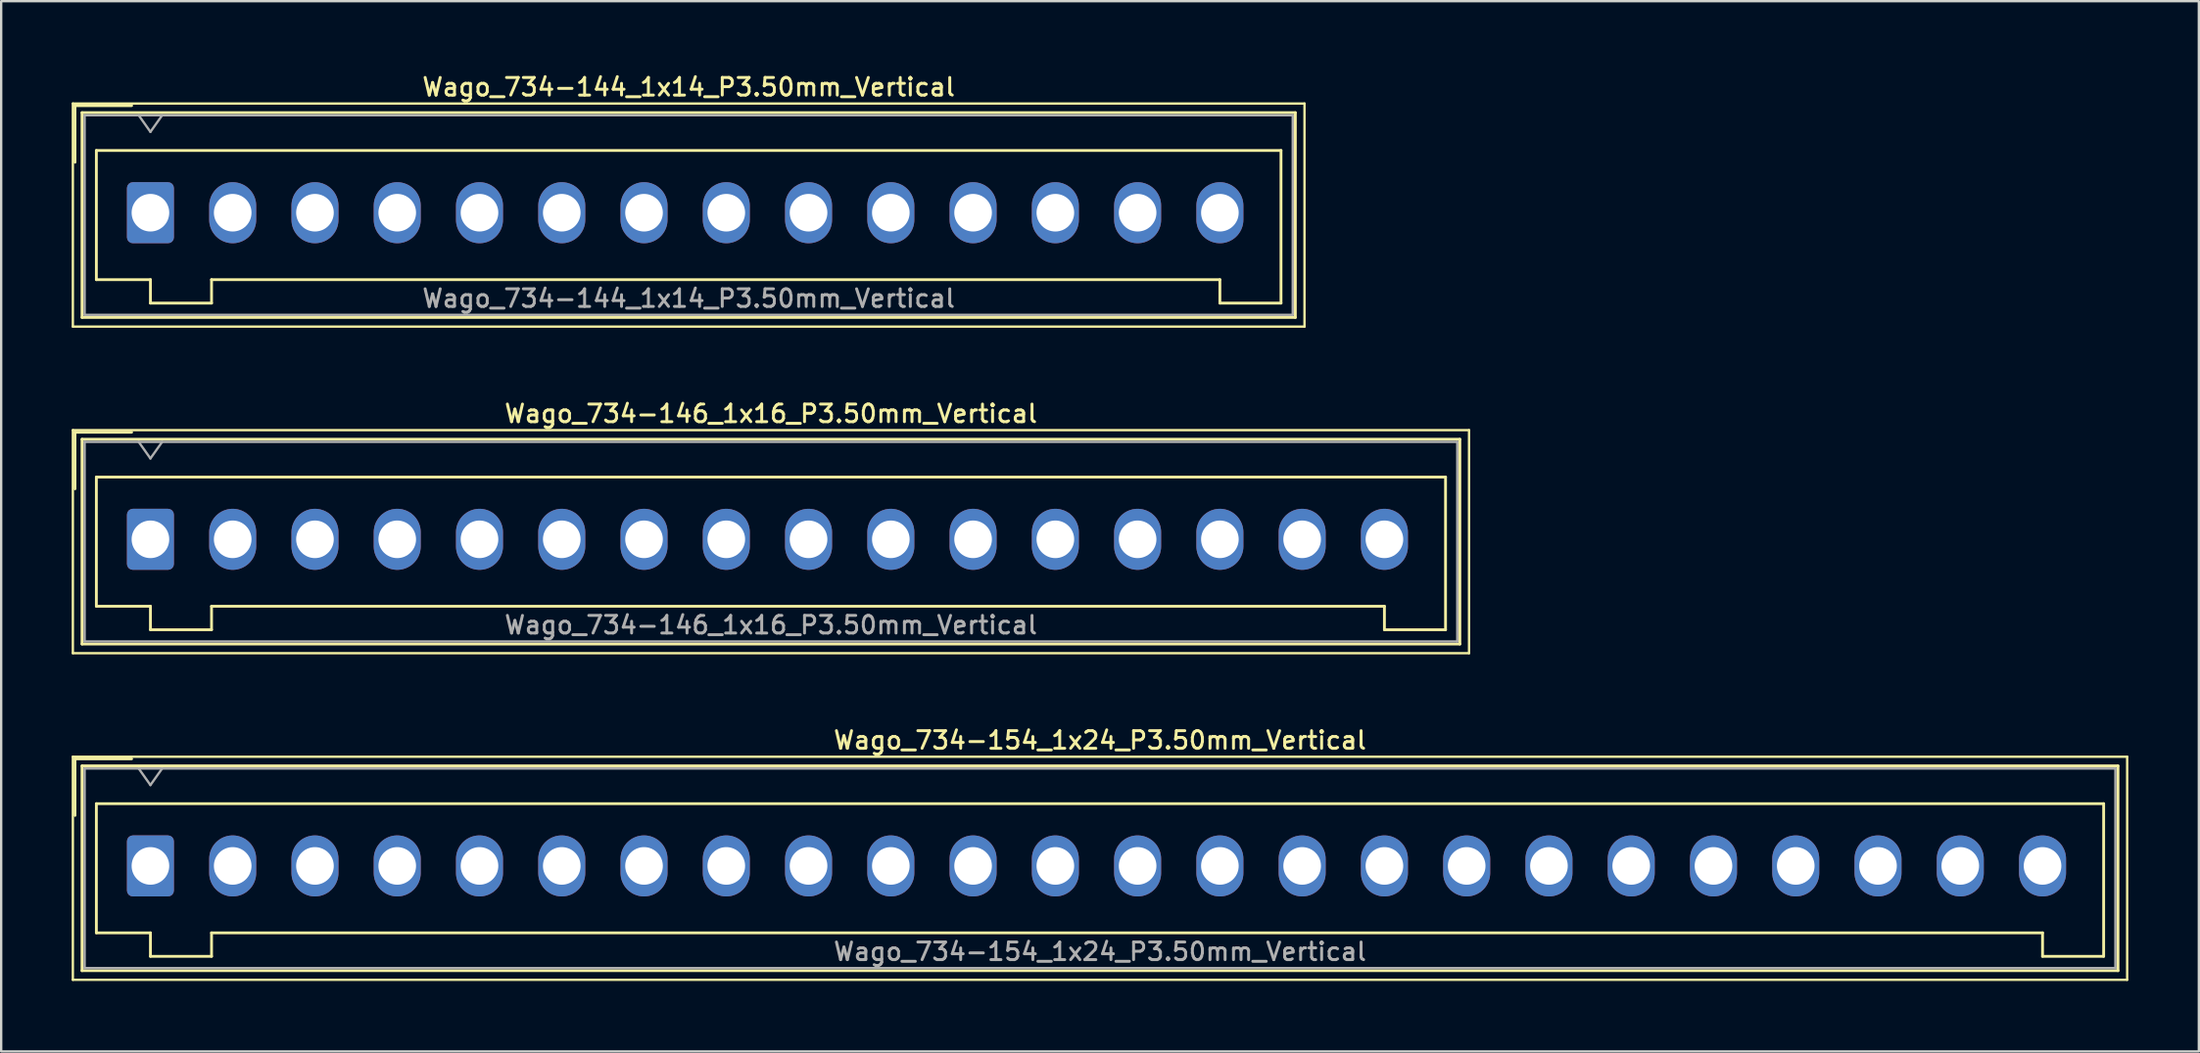
<source format=kicad_pcb>
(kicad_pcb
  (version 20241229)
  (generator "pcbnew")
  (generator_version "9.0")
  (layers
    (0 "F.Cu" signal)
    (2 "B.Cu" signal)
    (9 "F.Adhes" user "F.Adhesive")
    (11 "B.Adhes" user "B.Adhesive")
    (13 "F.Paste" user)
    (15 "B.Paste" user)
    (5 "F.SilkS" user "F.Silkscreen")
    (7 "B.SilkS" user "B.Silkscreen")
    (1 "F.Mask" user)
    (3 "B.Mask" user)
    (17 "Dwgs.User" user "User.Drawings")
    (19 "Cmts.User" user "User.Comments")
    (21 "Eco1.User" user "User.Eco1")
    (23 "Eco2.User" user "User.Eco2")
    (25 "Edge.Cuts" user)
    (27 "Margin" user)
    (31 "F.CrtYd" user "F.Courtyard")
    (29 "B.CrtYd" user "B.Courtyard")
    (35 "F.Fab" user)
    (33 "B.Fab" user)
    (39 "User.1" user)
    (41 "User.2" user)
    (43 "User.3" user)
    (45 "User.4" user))
  (footprint "Wago_734-146_1x16_P3.50mm_Vertical"
    (layer "F.Cu")
    (at 3.35 19.916)
    (property "Reference" "Wago_734-146_1x16_P3.50mm_Vertical" (at 26.4 -5.35 0) (layer "F.SilkS") (effects (font (size 0.75 0.75) (thickness 0.125))))
    (attr through_hole)
    (fp_line (start -3.3 -4.65) (end -3.3 4.85) (stroke (width 0.1) (type solid)) (layer "F.SilkS"))
    (fp_line (start -3.3 4.85) (end 56.1 4.85) (stroke (width 0.1) (type solid)) (layer "F.SilkS"))
    (fp_line (start -3.21 -4.56) (end -0.8 -4.56) (stroke (width 0.12) (type solid)) (layer "F.SilkS"))
    (fp_line (start -3.21 -2.15) (end -3.21 -4.56) (stroke (width 0.12) (type solid)) (layer "F.SilkS"))
    (fp_line (start -2.91 -4.26) (end -2.91 4.46) (stroke (width 0.12) (type solid)) (layer "F.SilkS"))
    (fp_line (start -2.91 4.46) (end 55.71 4.46) (stroke (width 0.12) (type solid)) (layer "F.SilkS"))
    (fp_line (start -2.3 -2.65) (end -2.3 2.85) (stroke (width 0.12) (type solid)) (layer "F.SilkS"))
    (fp_line (start -2.3 2.85) (end 0 2.85) (stroke (width 0.12) (type solid)) (layer "F.SilkS"))
    (fp_line (start 0 2.85) (end 0 3.85) (stroke (width 0.12) (type solid)) (layer "F.SilkS"))
    (fp_line (start 0 3.85) (end 2.6 3.85) (stroke (width 0.12) (type solid)) (layer "F.SilkS"))
    (fp_line (start 2.6 2.85) (end 52.5 2.85) (stroke (width 0.12) (type solid)) (layer "F.SilkS"))
    (fp_line (start 2.6 3.85) (end 2.6 2.85) (stroke (width 0.12) (type solid)) (layer "F.SilkS"))
    (fp_line (start 52.5 2.85) (end 52.5 3.85) (stroke (width 0.12) (type solid)) (layer "F.SilkS"))
    (fp_line (start 52.5 3.85) (end 55.1 3.85) (stroke (width 0.12) (type solid)) (layer "F.SilkS"))
    (fp_line (start 55.1 -2.65) (end -2.3 -2.65) (stroke (width 0.12) (type solid)) (layer "F.SilkS"))
    (fp_line (start 55.1 3.85) (end 55.1 -2.65) (stroke (width 0.12) (type solid)) (layer "F.SilkS"))
    (fp_line (start 55.71 -4.26) (end -2.91 -4.26) (stroke (width 0.12) (type solid)) (layer "F.SilkS"))
    (fp_line (start 55.71 4.46) (end 55.71 -4.26) (stroke (width 0.12) (type solid)) (layer "F.SilkS"))
    (fp_line (start 56.1 -4.65) (end -3.3 -4.65) (stroke (width 0.1) (type solid)) (layer "F.SilkS"))
    (fp_line (start 56.1 4.85) (end 56.1 -4.65) (stroke (width 0.1) (type solid)) (layer "F.SilkS"))
    (fp_line (start -2.8 -4.15) (end -2.8 4.35) (stroke (width 0.1) (type solid)) (layer "F.Fab"))
    (fp_line (start -2.8 4.35) (end 55.6 4.35) (stroke (width 0.1) (type solid)) (layer "F.Fab"))
    (fp_line (start -0.5 -4.15) (end 0 -3.443) (stroke (width 0.1) (type solid)) (layer "F.Fab"))
    (fp_line (start 0 -3.443) (end 0.5 -4.15) (stroke (width 0.1) (type solid)) (layer "F.Fab"))
    (fp_line (start 55.6 -4.15) (end -2.8 -4.15) (stroke (width 0.1) (type solid)) (layer "F.Fab"))
    (fp_line (start 55.6 4.35) (end 55.6 -4.15) (stroke (width 0.1) (type solid)) (layer "F.Fab"))
    (fp_text user "${REFERENCE}" (at 26.4 3.65 0) (layer "F.Fab") (effects (font (size 0.75 0.75) (thickness 0.125))))
    (pad "1" thru_hole roundrect (at 0 0) (size 2 2.6) (drill 1.6) (layers "*.Cu" "*.Mask") (roundrect_rratio 0.125))
    (pad "2" thru_hole oval (at 3.5 0) (size 2 2.6) (drill 1.6) (layers "*.Cu" "*.Mask"))
    (pad "3" thru_hole oval (at 7 0) (size 2 2.6) (drill 1.6) (layers "*.Cu" "*.Mask"))
    (pad "4" thru_hole oval (at 10.5 0) (size 2 2.6) (drill 1.6) (layers "*.Cu" "*.Mask"))
    (pad "5" thru_hole oval (at 14 0) (size 2 2.6) (drill 1.6) (layers "*.Cu" "*.Mask"))
    (pad "6" thru_hole oval (at 17.5 0) (size 2 2.6) (drill 1.6) (layers "*.Cu" "*.Mask"))
    (pad "7" thru_hole oval (at 21 0) (size 2 2.6) (drill 1.6) (layers "*.Cu" "*.Mask"))
    (pad "8" thru_hole oval (at 24.5 0) (size 2 2.6) (drill 1.6) (layers "*.Cu" "*.Mask"))
    (pad "9" thru_hole oval (at 28 0) (size 2 2.6) (drill 1.6) (layers "*.Cu" "*.Mask"))
    (pad "10" thru_hole oval (at 31.5 0) (size 2 2.6) (drill 1.6) (layers "*.Cu" "*.Mask"))
    (pad "11" thru_hole oval (at 35 0) (size 2 2.6) (drill 1.6) (layers "*.Cu" "*.Mask"))
    (pad "12" thru_hole oval (at 38.5 0) (size 2 2.6) (drill 1.6) (layers "*.Cu" "*.Mask"))
    (pad "13" thru_hole oval (at 42 0) (size 2 2.6) (drill 1.6) (layers "*.Cu" "*.Mask"))
    (pad "14" thru_hole oval (at 45.5 0) (size 2 2.6) (drill 1.6) (layers "*.Cu" "*.Mask"))
    (pad "15" thru_hole oval (at 49 0) (size 2 2.6) (drill 1.6) (layers "*.Cu" "*.Mask"))
    (pad "16" thru_hole oval (at 52.5 0) (size 2 2.6) (drill 1.6) (layers "*.Cu" "*.Mask")))
  (footprint "Wago_734-144_1x14_P3.50mm_Vertical"
    (layer "F.Cu")
    (at 3.35 6.008)
    (property "Reference" "Wago_734-144_1x14_P3.50mm_Vertical" (at 22.9 -5.35 0) (layer "F.SilkS") (effects (font (size 0.75 0.75) (thickness 0.125))))
    (attr through_hole)
    (fp_line (start -3.3 -4.65) (end -3.3 4.85) (stroke (width 0.1) (type solid)) (layer "F.SilkS"))
    (fp_line (start -3.3 4.85) (end 49.1 4.85) (stroke (width 0.1) (type solid)) (layer "F.SilkS"))
    (fp_line (start -3.21 -4.56) (end -0.8 -4.56) (stroke (width 0.12) (type solid)) (layer "F.SilkS"))
    (fp_line (start -3.21 -2.15) (end -3.21 -4.56) (stroke (width 0.12) (type solid)) (layer "F.SilkS"))
    (fp_line (start -2.91 -4.26) (end -2.91 4.46) (stroke (width 0.12) (type solid)) (layer "F.SilkS"))
    (fp_line (start -2.91 4.46) (end 48.71 4.46) (stroke (width 0.12) (type solid)) (layer "F.SilkS"))
    (fp_line (start -2.3 -2.65) (end -2.3 2.85) (stroke (width 0.12) (type solid)) (layer "F.SilkS"))
    (fp_line (start -2.3 2.85) (end 0 2.85) (stroke (width 0.12) (type solid)) (layer "F.SilkS"))
    (fp_line (start 0 2.85) (end 0 3.85) (stroke (width 0.12) (type solid)) (layer "F.SilkS"))
    (fp_line (start 0 3.85) (end 2.6 3.85) (stroke (width 0.12) (type solid)) (layer "F.SilkS"))
    (fp_line (start 2.6 2.85) (end 45.5 2.85) (stroke (width 0.12) (type solid)) (layer "F.SilkS"))
    (fp_line (start 2.6 3.85) (end 2.6 2.85) (stroke (width 0.12) (type solid)) (layer "F.SilkS"))
    (fp_line (start 45.5 2.85) (end 45.5 3.85) (stroke (width 0.12) (type solid)) (layer "F.SilkS"))
    (fp_line (start 45.5 3.85) (end 48.1 3.85) (stroke (width 0.12) (type solid)) (layer "F.SilkS"))
    (fp_line (start 48.1 -2.65) (end -2.3 -2.65) (stroke (width 0.12) (type solid)) (layer "F.SilkS"))
    (fp_line (start 48.1 3.85) (end 48.1 -2.65) (stroke (width 0.12) (type solid)) (layer "F.SilkS"))
    (fp_line (start 48.71 -4.26) (end -2.91 -4.26) (stroke (width 0.12) (type solid)) (layer "F.SilkS"))
    (fp_line (start 48.71 4.46) (end 48.71 -4.26) (stroke (width 0.12) (type solid)) (layer "F.SilkS"))
    (fp_line (start 49.1 -4.65) (end -3.3 -4.65) (stroke (width 0.1) (type solid)) (layer "F.SilkS"))
    (fp_line (start 49.1 4.85) (end 49.1 -4.65) (stroke (width 0.1) (type solid)) (layer "F.SilkS"))
    (fp_line (start -2.8 -4.15) (end -2.8 4.35) (stroke (width 0.1) (type solid)) (layer "F.Fab"))
    (fp_line (start -2.8 4.35) (end 48.6 4.35) (stroke (width 0.1) (type solid)) (layer "F.Fab"))
    (fp_line (start -0.5 -4.15) (end 0 -3.443) (stroke (width 0.1) (type solid)) (layer "F.Fab"))
    (fp_line (start 0 -3.443) (end 0.5 -4.15) (stroke (width 0.1) (type solid)) (layer "F.Fab"))
    (fp_line (start 48.6 -4.15) (end -2.8 -4.15) (stroke (width 0.1) (type solid)) (layer "F.Fab"))
    (fp_line (start 48.6 4.35) (end 48.6 -4.15) (stroke (width 0.1) (type solid)) (layer "F.Fab"))
    (fp_text user "${REFERENCE}" (at 22.9 3.65 0) (layer "F.Fab") (effects (font (size 0.75 0.75) (thickness 0.125))))
    (pad "1" thru_hole roundrect (at 0 0) (size 2 2.6) (drill 1.6) (layers "*.Cu" "*.Mask") (roundrect_rratio 0.125))
    (pad "2" thru_hole oval (at 3.5 0) (size 2 2.6) (drill 1.6) (layers "*.Cu" "*.Mask"))
    (pad "3" thru_hole oval (at 7 0) (size 2 2.6) (drill 1.6) (layers "*.Cu" "*.Mask"))
    (pad "4" thru_hole oval (at 10.5 0) (size 2 2.6) (drill 1.6) (layers "*.Cu" "*.Mask"))
    (pad "5" thru_hole oval (at 14 0) (size 2 2.6) (drill 1.6) (layers "*.Cu" "*.Mask"))
    (pad "6" thru_hole oval (at 17.5 0) (size 2 2.6) (drill 1.6) (layers "*.Cu" "*.Mask"))
    (pad "7" thru_hole oval (at 21 0) (size 2 2.6) (drill 1.6) (layers "*.Cu" "*.Mask"))
    (pad "8" thru_hole oval (at 24.5 0) (size 2 2.6) (drill 1.6) (layers "*.Cu" "*.Mask"))
    (pad "9" thru_hole oval (at 28 0) (size 2 2.6) (drill 1.6) (layers "*.Cu" "*.Mask"))
    (pad "10" thru_hole oval (at 31.5 0) (size 2 2.6) (drill 1.6) (layers "*.Cu" "*.Mask"))
    (pad "11" thru_hole oval (at 35 0) (size 2 2.6) (drill 1.6) (layers "*.Cu" "*.Mask"))
    (pad "12" thru_hole oval (at 38.5 0) (size 2 2.6) (drill 1.6) (layers "*.Cu" "*.Mask"))
    (pad "13" thru_hole oval (at 42 0) (size 2 2.6) (drill 1.6) (layers "*.Cu" "*.Mask"))
    (pad "14" thru_hole oval (at 45.5 0) (size 2 2.6) (drill 1.6) (layers "*.Cu" "*.Mask")))
  (footprint "Wago_734-154_1x24_P3.50mm_Vertical"
    (layer "F.Cu")
    (at 3.35 33.824)
    (property "Reference" "Wago_734-154_1x24_P3.50mm_Vertical" (at 40.4 -5.35 0) (layer "F.SilkS") (effects (font (size 0.75 0.75) (thickness 0.125))))
    (attr through_hole)
    (fp_line (start -3.3 -4.65) (end -3.3 4.85) (stroke (width 0.1) (type solid)) (layer "F.SilkS"))
    (fp_line (start -3.3 4.85) (end 84.1 4.85) (stroke (width 0.1) (type solid)) (layer "F.SilkS"))
    (fp_line (start -3.21 -4.56) (end -0.8 -4.56) (stroke (width 0.12) (type solid)) (layer "F.SilkS"))
    (fp_line (start -3.21 -2.15) (end -3.21 -4.56) (stroke (width 0.12) (type solid)) (layer "F.SilkS"))
    (fp_line (start -2.91 -4.26) (end -2.91 4.46) (stroke (width 0.12) (type solid)) (layer "F.SilkS"))
    (fp_line (start -2.91 4.46) (end 83.71 4.46) (stroke (width 0.12) (type solid)) (layer "F.SilkS"))
    (fp_line (start -2.3 -2.65) (end -2.3 2.85) (stroke (width 0.12) (type solid)) (layer "F.SilkS"))
    (fp_line (start -2.3 2.85) (end 0 2.85) (stroke (width 0.12) (type solid)) (layer "F.SilkS"))
    (fp_line (start 0 2.85) (end 0 3.85) (stroke (width 0.12) (type solid)) (layer "F.SilkS"))
    (fp_line (start 0 3.85) (end 2.6 3.85) (stroke (width 0.12) (type solid)) (layer "F.SilkS"))
    (fp_line (start 2.6 2.85) (end 80.5 2.85) (stroke (width 0.12) (type solid)) (layer "F.SilkS"))
    (fp_line (start 2.6 3.85) (end 2.6 2.85) (stroke (width 0.12) (type solid)) (layer "F.SilkS"))
    (fp_line (start 80.5 2.85) (end 80.5 3.85) (stroke (width 0.12) (type solid)) (layer "F.SilkS"))
    (fp_line (start 80.5 3.85) (end 83.1 3.85) (stroke (width 0.12) (type solid)) (layer "F.SilkS"))
    (fp_line (start 83.1 -2.65) (end -2.3 -2.65) (stroke (width 0.12) (type solid)) (layer "F.SilkS"))
    (fp_line (start 83.1 3.85) (end 83.1 -2.65) (stroke (width 0.12) (type solid)) (layer "F.SilkS"))
    (fp_line (start 83.71 -4.26) (end -2.91 -4.26) (stroke (width 0.12) (type solid)) (layer "F.SilkS"))
    (fp_line (start 83.71 4.46) (end 83.71 -4.26) (stroke (width 0.12) (type solid)) (layer "F.SilkS"))
    (fp_line (start 84.1 -4.65) (end -3.3 -4.65) (stroke (width 0.1) (type solid)) (layer "F.SilkS"))
    (fp_line (start 84.1 4.85) (end 84.1 -4.65) (stroke (width 0.1) (type solid)) (layer "F.SilkS"))
    (fp_line (start -2.8 -4.15) (end -2.8 4.35) (stroke (width 0.1) (type solid)) (layer "F.Fab"))
    (fp_line (start -2.8 4.35) (end 83.6 4.35) (stroke (width 0.1) (type solid)) (layer "F.Fab"))
    (fp_line (start -0.5 -4.15) (end 0 -3.443) (stroke (width 0.1) (type solid)) (layer "F.Fab"))
    (fp_line (start 0 -3.443) (end 0.5 -4.15) (stroke (width 0.1) (type solid)) (layer "F.Fab"))
    (fp_line (start 83.6 -4.15) (end -2.8 -4.15) (stroke (width 0.1) (type solid)) (layer "F.Fab"))
    (fp_line (start 83.6 4.35) (end 83.6 -4.15) (stroke (width 0.1) (type solid)) (layer "F.Fab"))
    (fp_text user "${REFERENCE}" (at 40.4 3.65 0) (layer "F.Fab") (effects (font (size 0.75 0.75) (thickness 0.125))))
    (pad "1" thru_hole roundrect (at 0 0) (size 2 2.6) (drill 1.6) (layers "*.Cu" "*.Mask") (roundrect_rratio 0.125))
    (pad "2" thru_hole oval (at 3.5 0) (size 2 2.6) (drill 1.6) (layers "*.Cu" "*.Mask"))
    (pad "3" thru_hole oval (at 7 0) (size 2 2.6) (drill 1.6) (layers "*.Cu" "*.Mask"))
    (pad "4" thru_hole oval (at 10.5 0) (size 2 2.6) (drill 1.6) (layers "*.Cu" "*.Mask"))
    (pad "5" thru_hole oval (at 14 0) (size 2 2.6) (drill 1.6) (layers "*.Cu" "*.Mask"))
    (pad "6" thru_hole oval (at 17.5 0) (size 2 2.6) (drill 1.6) (layers "*.Cu" "*.Mask"))
    (pad "7" thru_hole oval (at 21 0) (size 2 2.6) (drill 1.6) (layers "*.Cu" "*.Mask"))
    (pad "8" thru_hole oval (at 24.5 0) (size 2 2.6) (drill 1.6) (layers "*.Cu" "*.Mask"))
    (pad "9" thru_hole oval (at 28 0) (size 2 2.6) (drill 1.6) (layers "*.Cu" "*.Mask"))
    (pad "10" thru_hole oval (at 31.5 0) (size 2 2.6) (drill 1.6) (layers "*.Cu" "*.Mask"))
    (pad "11" thru_hole oval (at 35 0) (size 2 2.6) (drill 1.6) (layers "*.Cu" "*.Mask"))
    (pad "12" thru_hole oval (at 38.5 0) (size 2 2.6) (drill 1.6) (layers "*.Cu" "*.Mask"))
    (pad "13" thru_hole oval (at 42 0) (size 2 2.6) (drill 1.6) (layers "*.Cu" "*.Mask"))
    (pad "14" thru_hole oval (at 45.5 0) (size 2 2.6) (drill 1.6) (layers "*.Cu" "*.Mask"))
    (pad "15" thru_hole oval (at 49 0) (size 2 2.6) (drill 1.6) (layers "*.Cu" "*.Mask"))
    (pad "16" thru_hole oval (at 52.5 0) (size 2 2.6) (drill 1.6) (layers "*.Cu" "*.Mask"))
    (pad "17" thru_hole oval (at 56 0) (size 2 2.6) (drill 1.6) (layers "*.Cu" "*.Mask"))
    (pad "18" thru_hole oval (at 59.5 0) (size 2 2.6) (drill 1.6) (layers "*.Cu" "*.Mask"))
    (pad "19" thru_hole oval (at 63 0) (size 2 2.6) (drill 1.6) (layers "*.Cu" "*.Mask"))
    (pad "20" thru_hole oval (at 66.5 0) (size 2 2.6) (drill 1.6) (layers "*.Cu" "*.Mask"))
    (pad "21" thru_hole oval (at 70 0) (size 2 2.6) (drill 1.6) (layers "*.Cu" "*.Mask"))
    (pad "22" thru_hole oval (at 73.5 0) (size 2 2.6) (drill 1.6) (layers "*.Cu" "*.Mask"))
    (pad "23" thru_hole oval (at 77 0) (size 2 2.6) (drill 1.6) (layers "*.Cu" "*.Mask"))
    (pad "24" thru_hole oval (at 80.5 0) (size 2 2.6) (drill 1.6) (layers "*.Cu" "*.Mask")))
  (gr_rect
    (start -3 -3)
    (end 90.5 41.724)
    (stroke (width 0.1) (type default))
    (fill no)
    (layer "Edge.Cuts")))
</source>
